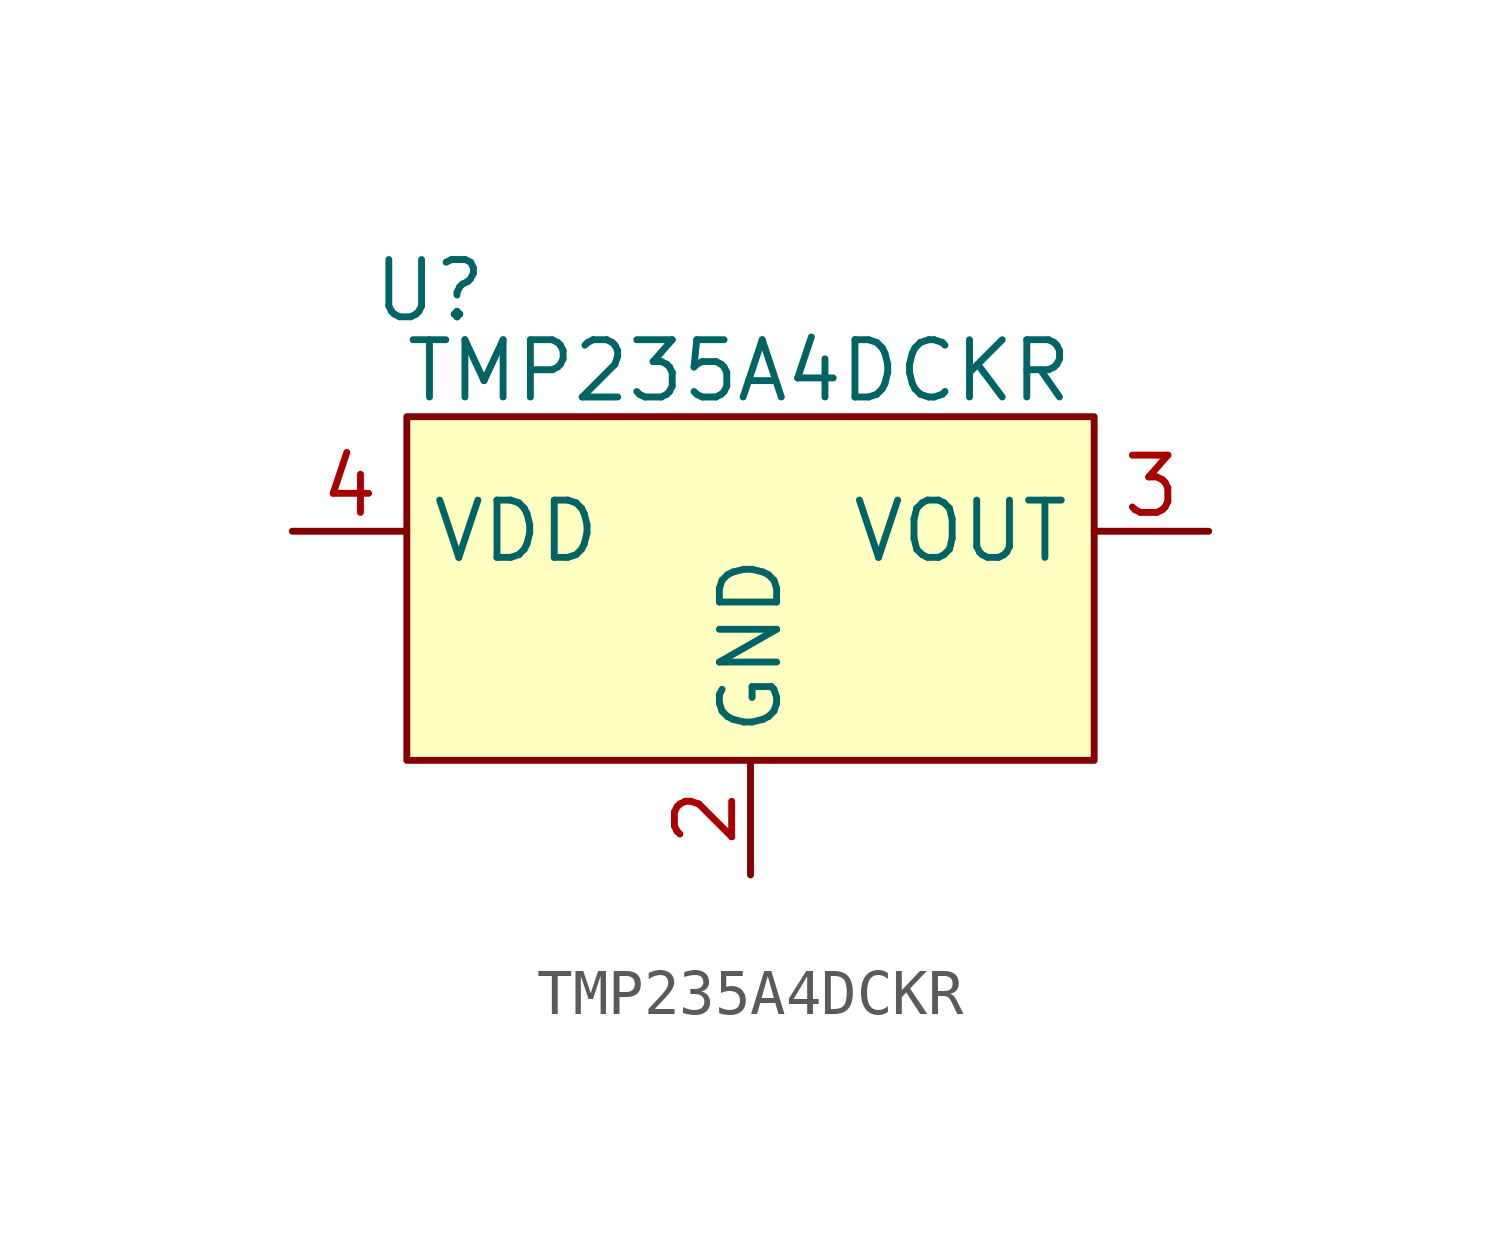
<source format=kicad_sym>
(kicad_symbol_lib
  (version 20241209)
  (generator "kicad_symbol_editor")
  (generator_version "9.0")
  (symbol "TMP235A4DCKR"
    (property "Reference" "U"
      (at 0.508 10.414 0)
      (effects (font (size 1.27 1.27))))
    (property "Value" "TMP235A4DCKR"
      (at 7.366 8.636 0)
      (effects (font (size 1.27 1.27))))
    (symbol "TMP235A4DCKR_1_1"
      (rectangle (start 0 7.62) (end 15.24 0) (stroke (width 0) (type solid)) (fill (type background)))
      (pin input line (at -2.54 5.08 0) (length 2.54) (name "VDD" (effects (font (size 1.27 1.27)))) (number "4" (effects (font (size 1.27 1.27)))))
      (pin input line (at 7.62 -2.54 90) (length 2.54) (name "GND" (effects (font (size 1.27 1.27)))) (number "2" (effects (font (size 1.27 1.27)))))
      (pin input line (at 17.78 5.08 180) (length 2.54) (name "VOUT" (effects (font (size 1.27 1.27)))) (number "3" (effects (font (size 1.27 1.27))))))))
</source>
